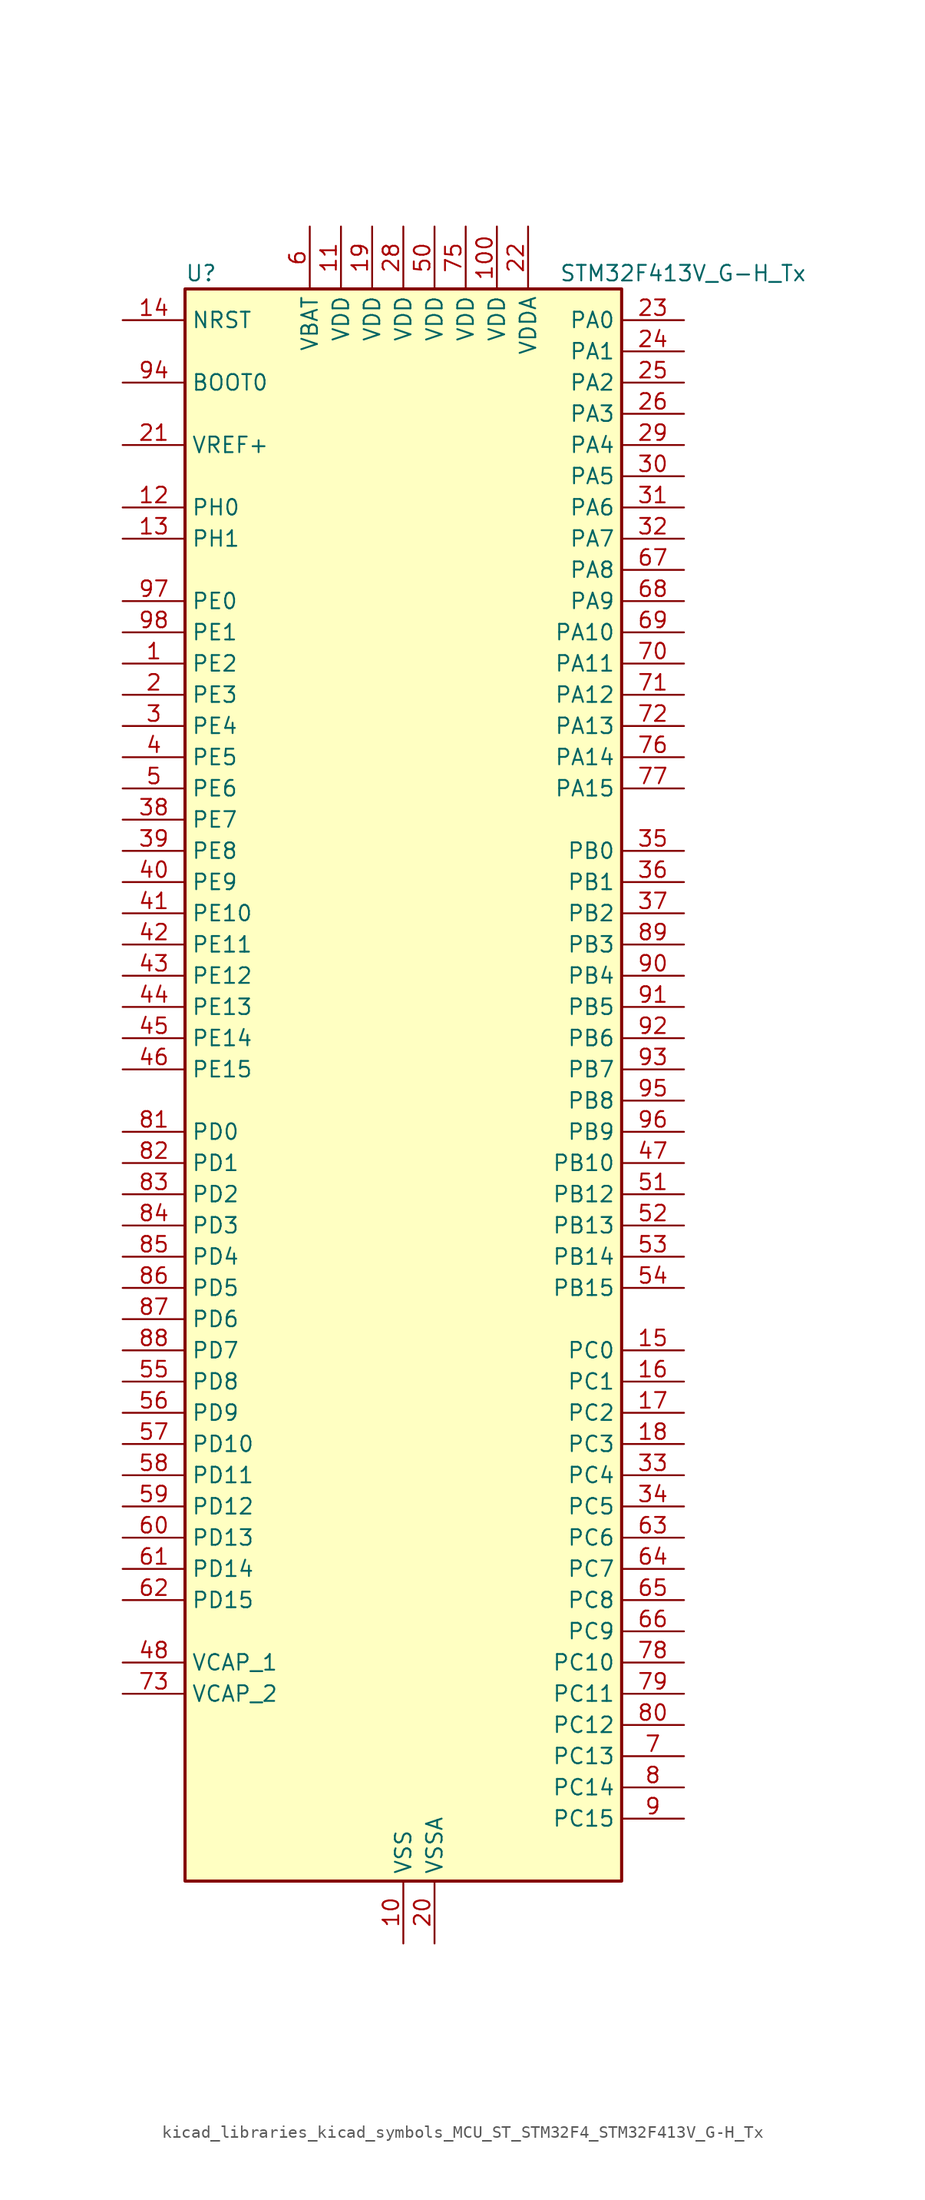
<source format=kicad_sym>
(kicad_symbol_lib
  (version 20220914)
  (generator kicad_symbol_editor)
  (symbol "kicad_libraries_kicad_symbols_MCU_ST_STM32F4_STM32F413V_G-H_Tx"
    (property "Reference" "U"
      (at -17.78 67.31 0)
      (effects (font (size 1.27 1.27)) (justify left)))
    (property "Value" "STM32F413V_G-H_Tx"
      (at 12.7 67.31 0)
      (effects (font (size 1.27 1.27)) (justify left)))
    (property "ki_locked" ""
      (at 0 0 0)
      (effects (font (size 1.27 1.27))))
    (symbol "kicad_libraries_kicad_symbols_MCU_ST_STM32F4_STM32F413V_G-H_Tx_0_1"
      (rectangle (start -17.78 -63.5) (end 17.78 66.04) (stroke (width 0.254) (type default)) (fill (type background))))
    (symbol "kicad_libraries_kicad_symbols_MCU_ST_STM32F4_STM32F413V_G-H_Tx_1_1"
      (pin bidirectional line (at -22.86 35.56 0) (length 5.08) (name "PE2" (effects (font (size 1.27 1.27)))) (number "1" (effects (font (size 1.27 1.27)))) (alternate "FSMC_A23" bidirectional line) (alternate "I2S4_CK" bidirectional line) (alternate "I2S5_CK" bidirectional line) (alternate "QUADSPI_BK1_IO2" bidirectional line) (alternate "SAI1_MCLK_A" bidirectional line) (alternate "SPI4_SCK" bidirectional line) (alternate "SPI5_SCK" bidirectional line) (alternate "SYS_TRACECLK" bidirectional line) (alternate "UART10_RX" bidirectional line))
      (pin power_in line (at 0 -68.58 90) (length 5.08) (name "VSS" (effects (font (size 1.27 1.27)))) (number "10" (effects (font (size 1.27 1.27)))))
      (pin power_in line (at 7.62 71.12 270) (length 5.08) (name "VDD" (effects (font (size 1.27 1.27)))) (number "100" (effects (font (size 1.27 1.27)))))
      (pin power_in line (at -5.08 71.12 270) (length 5.08) (name "VDD" (effects (font (size 1.27 1.27)))) (number "11" (effects (font (size 1.27 1.27)))))
      (pin bidirectional line (at -22.86 48.26 0) (length 5.08) (name "PH0" (effects (font (size 1.27 1.27)))) (number "12" (effects (font (size 1.27 1.27)))) (alternate "RCC_OSC_IN" bidirectional line))
      (pin bidirectional line (at -22.86 45.72 0) (length 5.08) (name "PH1" (effects (font (size 1.27 1.27)))) (number "13" (effects (font (size 1.27 1.27)))) (alternate "RCC_OSC_OUT" bidirectional line))
      (pin input line (at -22.86 63.5 0) (length 5.08) (name "NRST" (effects (font (size 1.27 1.27)))) (number "14" (effects (font (size 1.27 1.27)))))
      (pin bidirectional line (at 22.86 -20.32 180) (length 5.08) (name "PC0" (effects (font (size 1.27 1.27)))) (number "15" (effects (font (size 1.27 1.27)))) (alternate "ADC1_IN10" bidirectional line) (alternate "DFSDM2_CKIN4" bidirectional line) (alternate "LPTIM1_IN1" bidirectional line) (alternate "SAI1_MCLK_B" bidirectional line) (alternate "SYS_WKUP2" bidirectional line))
      (pin bidirectional line (at 22.86 -22.86 180) (length 5.08) (name "PC1" (effects (font (size 1.27 1.27)))) (number "16" (effects (font (size 1.27 1.27)))) (alternate "ADC1_IN11" bidirectional line) (alternate "DFSDM2_DATIN4" bidirectional line) (alternate "LPTIM1_OUT" bidirectional line) (alternate "SAI1_SD_B" bidirectional line) (alternate "SYS_WKUP3" bidirectional line))
      (pin bidirectional line (at 22.86 -25.4 180) (length 5.08) (name "PC2" (effects (font (size 1.27 1.27)))) (number "17" (effects (font (size 1.27 1.27)))) (alternate "ADC1_IN12" bidirectional line) (alternate "DFSDM1_CKOUT" bidirectional line) (alternate "DFSDM2_DATIN7" bidirectional line) (alternate "FSMC_NWE" bidirectional line) (alternate "I2S2_ext_SD" bidirectional line) (alternate "LPTIM1_IN2" bidirectional line) (alternate "SAI1_SCK_B" bidirectional line) (alternate "SPI2_MISO" bidirectional line))
      (pin bidirectional line (at 22.86 -27.94 180) (length 5.08) (name "PC3" (effects (font (size 1.27 1.27)))) (number "18" (effects (font (size 1.27 1.27)))) (alternate "ADC1_IN13" bidirectional line) (alternate "DFSDM2_CKIN7" bidirectional line) (alternate "FSMC_A0" bidirectional line) (alternate "I2S2_SD" bidirectional line) (alternate "LPTIM1_ETR" bidirectional line) (alternate "SAI1_FS_B" bidirectional line) (alternate "SPI2_MOSI" bidirectional line))
      (pin power_in line (at -2.54 71.12 270) (length 5.08) (name "VDD" (effects (font (size 1.27 1.27)))) (number "19" (effects (font (size 1.27 1.27)))))
      (pin bidirectional line (at -22.86 33.02 0) (length 5.08) (name "PE3" (effects (font (size 1.27 1.27)))) (number "2" (effects (font (size 1.27 1.27)))) (alternate "FSMC_A19" bidirectional line) (alternate "SAI1_SD_B" bidirectional line) (alternate "SYS_TRACED0" bidirectional line) (alternate "UART10_TX" bidirectional line))
      (pin power_in line (at 2.54 -68.58 90) (length 5.08) (name "VSSA" (effects (font (size 1.27 1.27)))) (number "20" (effects (font (size 1.27 1.27)))))
      (pin input line (at -22.86 53.34 0) (length 5.08) (name "VREF+" (effects (font (size 1.27 1.27)))) (number "21" (effects (font (size 1.27 1.27)))))
      (pin power_in line (at 10.16 71.12 270) (length 5.08) (name "VDDA" (effects (font (size 1.27 1.27)))) (number "22" (effects (font (size 1.27 1.27)))))
      (pin bidirectional line (at 22.86 63.5 180) (length 5.08) (name "PA0" (effects (font (size 1.27 1.27)))) (number "23" (effects (font (size 1.27 1.27)))) (alternate "ADC1_IN0" bidirectional line) (alternate "SYS_WKUP1" bidirectional line) (alternate "TIM2_CH1" bidirectional line) (alternate "TIM2_ETR" bidirectional line) (alternate "TIM5_CH1" bidirectional line) (alternate "TIM8_ETR" bidirectional line) (alternate "UART4_TX" bidirectional line) (alternate "USART2_CTS" bidirectional line))
      (pin bidirectional line (at 22.86 60.96 180) (length 5.08) (name "PA1" (effects (font (size 1.27 1.27)))) (number "24" (effects (font (size 1.27 1.27)))) (alternate "ADC1_IN1" bidirectional line) (alternate "I2S4_SD" bidirectional line) (alternate "QUADSPI_BK1_IO3" bidirectional line) (alternate "SPI4_MOSI" bidirectional line) (alternate "TIM2_CH2" bidirectional line) (alternate "TIM5_CH2" bidirectional line) (alternate "UART4_RX" bidirectional line) (alternate "USART2_RTS" bidirectional line))
      (pin bidirectional line (at 22.86 58.42 180) (length 5.08) (name "PA2" (effects (font (size 1.27 1.27)))) (number "25" (effects (font (size 1.27 1.27)))) (alternate "ADC1_IN2" bidirectional line) (alternate "FSMC_D4" bidirectional line) (alternate "FSMC_DA4" bidirectional line) (alternate "I2S_CKIN" bidirectional line) (alternate "TIM2_CH3" bidirectional line) (alternate "TIM5_CH3" bidirectional line) (alternate "TIM9_CH1" bidirectional line) (alternate "USART2_TX" bidirectional line))
      (pin bidirectional line (at 22.86 55.88 180) (length 5.08) (name "PA3" (effects (font (size 1.27 1.27)))) (number "26" (effects (font (size 1.27 1.27)))) (alternate "ADC1_IN3" bidirectional line) (alternate "FSMC_D5" bidirectional line) (alternate "FSMC_DA5" bidirectional line) (alternate "I2S2_MCK" bidirectional line) (alternate "SAI1_SD_B" bidirectional line) (alternate "TIM2_CH4" bidirectional line) (alternate "TIM5_CH4" bidirectional line) (alternate "TIM9_CH2" bidirectional line) (alternate "USART2_RX" bidirectional line))
      (pin passive line (at 0 -68.58 90) (length 5.08) hide (name "VSS" (effects (font (size 1.27 1.27)))) (number "27" (effects (font (size 1.27 1.27)))))
      (pin power_in line (at 0 71.12 270) (length 5.08) (name "VDD" (effects (font (size 1.27 1.27)))) (number "28" (effects (font (size 1.27 1.27)))))
      (pin bidirectional line (at 22.86 53.34 180) (length 5.08) (name "PA4" (effects (font (size 1.27 1.27)))) (number "29" (effects (font (size 1.27 1.27)))) (alternate "ADC1_IN4" bidirectional line) (alternate "DAC_OUT1" bidirectional line) (alternate "DFSDM1_DATIN1" bidirectional line) (alternate "FSMC_D6" bidirectional line) (alternate "FSMC_DA6" bidirectional line) (alternate "I2S1_WS" bidirectional line) (alternate "I2S3_WS" bidirectional line) (alternate "SPI1_NSS" bidirectional line) (alternate "SPI3_NSS" bidirectional line) (alternate "USART2_CK" bidirectional line))
      (pin bidirectional line (at -22.86 30.48 0) (length 5.08) (name "PE4" (effects (font (size 1.27 1.27)))) (number "3" (effects (font (size 1.27 1.27)))) (alternate "DFSDM1_DATIN3" bidirectional line) (alternate "FSMC_A20" bidirectional line) (alternate "I2S4_WS" bidirectional line) (alternate "I2S5_WS" bidirectional line) (alternate "SAI1_SD_A" bidirectional line) (alternate "SPI4_NSS" bidirectional line) (alternate "SPI5_NSS" bidirectional line) (alternate "SYS_TRACED1" bidirectional line))
      (pin bidirectional line (at 22.86 50.8 180) (length 5.08) (name "PA5" (effects (font (size 1.27 1.27)))) (number "30" (effects (font (size 1.27 1.27)))) (alternate "ADC1_IN5" bidirectional line) (alternate "DAC_OUT2" bidirectional line) (alternate "DFSDM1_CKIN1" bidirectional line) (alternate "FSMC_D7" bidirectional line) (alternate "FSMC_DA7" bidirectional line) (alternate "I2S1_CK" bidirectional line) (alternate "SPI1_SCK" bidirectional line) (alternate "TIM2_CH1" bidirectional line) (alternate "TIM2_ETR" bidirectional line) (alternate "TIM8_CH1N" bidirectional line))
      (pin bidirectional line (at 22.86 48.26 180) (length 5.08) (name "PA6" (effects (font (size 1.27 1.27)))) (number "31" (effects (font (size 1.27 1.27)))) (alternate "ADC1_IN6" bidirectional line) (alternate "DFSDM2_CKIN1" bidirectional line) (alternate "I2S2_MCK" bidirectional line) (alternate "QUADSPI_BK2_IO0" bidirectional line) (alternate "SDIO_CMD" bidirectional line) (alternate "SPI1_MISO" bidirectional line) (alternate "TIM13_CH1" bidirectional line) (alternate "TIM1_BKIN" bidirectional line) (alternate "TIM3_CH1" bidirectional line) (alternate "TIM8_BKIN" bidirectional line))
      (pin bidirectional line (at 22.86 45.72 180) (length 5.08) (name "PA7" (effects (font (size 1.27 1.27)))) (number "32" (effects (font (size 1.27 1.27)))) (alternate "ADC1_IN7" bidirectional line) (alternate "DFSDM2_DATIN1" bidirectional line) (alternate "I2S1_SD" bidirectional line) (alternate "QUADSPI_BK2_IO1" bidirectional line) (alternate "SPI1_MOSI" bidirectional line) (alternate "TIM14_CH1" bidirectional line) (alternate "TIM1_CH1N" bidirectional line) (alternate "TIM3_CH2" bidirectional line) (alternate "TIM8_CH1N" bidirectional line))
      (pin bidirectional line (at 22.86 -30.48 180) (length 5.08) (name "PC4" (effects (font (size 1.27 1.27)))) (number "33" (effects (font (size 1.27 1.27)))) (alternate "ADC1_IN14" bidirectional line) (alternate "DFSDM2_CKIN2" bidirectional line) (alternate "FSMC_NE4" bidirectional line) (alternate "I2S1_MCK" bidirectional line) (alternate "QUADSPI_BK2_IO2" bidirectional line))
      (pin bidirectional line (at 22.86 -33.02 180) (length 5.08) (name "PC5" (effects (font (size 1.27 1.27)))) (number "34" (effects (font (size 1.27 1.27)))) (alternate "ADC1_IN15" bidirectional line) (alternate "DFSDM2_DATIN2" bidirectional line) (alternate "FMPI2C1_SMBA" bidirectional line) (alternate "FSMC_NOE" bidirectional line) (alternate "QUADSPI_BK2_IO3" bidirectional line) (alternate "USART3_RX" bidirectional line))
      (pin bidirectional line (at 22.86 20.32 180) (length 5.08) (name "PB0" (effects (font (size 1.27 1.27)))) (number "35" (effects (font (size 1.27 1.27)))) (alternate "ADC1_IN8" bidirectional line) (alternate "I2S5_CK" bidirectional line) (alternate "SPI5_SCK" bidirectional line) (alternate "TIM1_CH2N" bidirectional line) (alternate "TIM3_CH3" bidirectional line) (alternate "TIM8_CH2N" bidirectional line))
      (pin bidirectional line (at 22.86 17.78 180) (length 5.08) (name "PB1" (effects (font (size 1.27 1.27)))) (number "36" (effects (font (size 1.27 1.27)))) (alternate "ADC1_IN9" bidirectional line) (alternate "DFSDM1_DATIN0" bidirectional line) (alternate "I2S5_WS" bidirectional line) (alternate "QUADSPI_CLK" bidirectional line) (alternate "SPI5_NSS" bidirectional line) (alternate "TIM1_CH3N" bidirectional line) (alternate "TIM3_CH4" bidirectional line) (alternate "TIM8_CH3N" bidirectional line))
      (pin bidirectional line (at 22.86 15.24 180) (length 5.08) (name "PB2" (effects (font (size 1.27 1.27)))) (number "37" (effects (font (size 1.27 1.27)))) (alternate "DFSDM1_CKIN0" bidirectional line) (alternate "LPTIM1_OUT" bidirectional line) (alternate "QUADSPI_CLK" bidirectional line))
      (pin bidirectional line (at -22.86 22.86 0) (length 5.08) (name "PE7" (effects (font (size 1.27 1.27)))) (number "38" (effects (font (size 1.27 1.27)))) (alternate "DFSDM1_DATIN2" bidirectional line) (alternate "FSMC_D4" bidirectional line) (alternate "FSMC_DA4" bidirectional line) (alternate "QUADSPI_BK2_IO0" bidirectional line) (alternate "TIM1_ETR" bidirectional line) (alternate "UART7_RX" bidirectional line))
      (pin bidirectional line (at -22.86 20.32 0) (length 5.08) (name "PE8" (effects (font (size 1.27 1.27)))) (number "39" (effects (font (size 1.27 1.27)))) (alternate "DFSDM1_CKIN2" bidirectional line) (alternate "FSMC_D5" bidirectional line) (alternate "FSMC_DA5" bidirectional line) (alternate "QUADSPI_BK2_IO1" bidirectional line) (alternate "TIM1_CH1N" bidirectional line) (alternate "UART7_TX" bidirectional line))
      (pin bidirectional line (at -22.86 27.94 0) (length 5.08) (name "PE5" (effects (font (size 1.27 1.27)))) (number "4" (effects (font (size 1.27 1.27)))) (alternate "DFSDM1_CKIN3" bidirectional line) (alternate "FSMC_A21" bidirectional line) (alternate "SAI1_SCK_A" bidirectional line) (alternate "SPI4_MISO" bidirectional line) (alternate "SPI5_MISO" bidirectional line) (alternate "SYS_TRACED2" bidirectional line) (alternate "TIM9_CH1" bidirectional line))
      (pin bidirectional line (at -22.86 17.78 0) (length 5.08) (name "PE9" (effects (font (size 1.27 1.27)))) (number "40" (effects (font (size 1.27 1.27)))) (alternate "DAC_EXTI9" bidirectional line) (alternate "DFSDM1_CKOUT" bidirectional line) (alternate "FSMC_D6" bidirectional line) (alternate "FSMC_DA6" bidirectional line) (alternate "QUADSPI_BK2_IO2" bidirectional line) (alternate "TIM1_CH1" bidirectional line))
      (pin bidirectional line (at -22.86 15.24 0) (length 5.08) (name "PE10" (effects (font (size 1.27 1.27)))) (number "41" (effects (font (size 1.27 1.27)))) (alternate "DFSDM2_DATIN0" bidirectional line) (alternate "FSMC_D7" bidirectional line) (alternate "FSMC_DA7" bidirectional line) (alternate "QUADSPI_BK2_IO3" bidirectional line) (alternate "TIM1_CH2N" bidirectional line))
      (pin bidirectional line (at -22.86 12.7 0) (length 5.08) (name "PE11" (effects (font (size 1.27 1.27)))) (number "42" (effects (font (size 1.27 1.27)))) (alternate "ADC1_EXTI11" bidirectional line) (alternate "DFSDM2_CKIN0" bidirectional line) (alternate "FSMC_D8" bidirectional line) (alternate "FSMC_DA8" bidirectional line) (alternate "I2S4_WS" bidirectional line) (alternate "I2S5_WS" bidirectional line) (alternate "SPI4_NSS" bidirectional line) (alternate "SPI5_NSS" bidirectional line) (alternate "TIM1_CH2" bidirectional line))
      (pin bidirectional line (at -22.86 10.16 0) (length 5.08) (name "PE12" (effects (font (size 1.27 1.27)))) (number "43" (effects (font (size 1.27 1.27)))) (alternate "DFSDM2_DATIN7" bidirectional line) (alternate "FSMC_D9" bidirectional line) (alternate "FSMC_DA9" bidirectional line) (alternate "I2S4_CK" bidirectional line) (alternate "I2S5_CK" bidirectional line) (alternate "SPI4_SCK" bidirectional line) (alternate "SPI5_SCK" bidirectional line) (alternate "TIM1_CH3N" bidirectional line))
      (pin bidirectional line (at -22.86 7.62 0) (length 5.08) (name "PE13" (effects (font (size 1.27 1.27)))) (number "44" (effects (font (size 1.27 1.27)))) (alternate "DFSDM2_CKIN7" bidirectional line) (alternate "FSMC_D10" bidirectional line) (alternate "FSMC_DA10" bidirectional line) (alternate "SPI4_MISO" bidirectional line) (alternate "SPI5_MISO" bidirectional line) (alternate "TIM1_CH3" bidirectional line))
      (pin bidirectional line (at -22.86 5.08 0) (length 5.08) (name "PE14" (effects (font (size 1.27 1.27)))) (number "45" (effects (font (size 1.27 1.27)))) (alternate "DFSDM2_DATIN1" bidirectional line) (alternate "FSMC_D11" bidirectional line) (alternate "FSMC_DA11" bidirectional line) (alternate "I2S4_SD" bidirectional line) (alternate "I2S5_SD" bidirectional line) (alternate "SPI4_MOSI" bidirectional line) (alternate "SPI5_MOSI" bidirectional line) (alternate "TIM1_CH4" bidirectional line))
      (pin bidirectional line (at -22.86 2.54 0) (length 5.08) (name "PE15" (effects (font (size 1.27 1.27)))) (number "46" (effects (font (size 1.27 1.27)))) (alternate "ADC1_EXTI15" bidirectional line) (alternate "DFSDM2_CKIN1" bidirectional line) (alternate "FSMC_D12" bidirectional line) (alternate "FSMC_DA12" bidirectional line) (alternate "TIM1_BKIN" bidirectional line))
      (pin bidirectional line (at 22.86 -5.08 180) (length 5.08) (name "PB10" (effects (font (size 1.27 1.27)))) (number "47" (effects (font (size 1.27 1.27)))) (alternate "DFSDM2_CKOUT" bidirectional line) (alternate "FMPI2C1_SCL" bidirectional line) (alternate "I2C2_SCL" bidirectional line) (alternate "I2S2_CK" bidirectional line) (alternate "I2S3_MCK" bidirectional line) (alternate "SDIO_D7" bidirectional line) (alternate "SPI2_SCK" bidirectional line) (alternate "TIM2_CH3" bidirectional line) (alternate "USART3_TX" bidirectional line))
      (pin power_out line (at -22.86 -45.72 0) (length 5.08) (name "VCAP_1" (effects (font (size 1.27 1.27)))) (number "48" (effects (font (size 1.27 1.27)))))
      (pin passive line (at 0 -68.58 90) (length 5.08) hide (name "VSS" (effects (font (size 1.27 1.27)))) (number "49" (effects (font (size 1.27 1.27)))))
      (pin bidirectional line (at -22.86 25.4 0) (length 5.08) (name "PE6" (effects (font (size 1.27 1.27)))) (number "5" (effects (font (size 1.27 1.27)))) (alternate "FSMC_A22" bidirectional line) (alternate "I2S4_SD" bidirectional line) (alternate "I2S5_SD" bidirectional line) (alternate "SAI1_FS_A" bidirectional line) (alternate "SPI4_MOSI" bidirectional line) (alternate "SPI5_MOSI" bidirectional line) (alternate "SYS_TRACED3" bidirectional line) (alternate "TIM9_CH2" bidirectional line))
      (pin power_in line (at 2.54 71.12 270) (length 5.08) (name "VDD" (effects (font (size 1.27 1.27)))) (number "50" (effects (font (size 1.27 1.27)))))
      (pin bidirectional line (at 22.86 -7.62 180) (length 5.08) (name "PB12" (effects (font (size 1.27 1.27)))) (number "51" (effects (font (size 1.27 1.27)))) (alternate "CAN2_RX" bidirectional line) (alternate "DFSDM1_DATIN1" bidirectional line) (alternate "FSMC_D13" bidirectional line) (alternate "FSMC_DA13" bidirectional line) (alternate "I2C2_SMBA" bidirectional line) (alternate "I2S2_WS" bidirectional line) (alternate "I2S3_CK" bidirectional line) (alternate "I2S4_WS" bidirectional line) (alternate "SPI2_NSS" bidirectional line) (alternate "SPI3_SCK" bidirectional line) (alternate "SPI4_NSS" bidirectional line) (alternate "TIM1_BKIN" bidirectional line) (alternate "UART5_RX" bidirectional line) (alternate "USART3_CK" bidirectional line))
      (pin bidirectional line (at 22.86 -10.16 180) (length 5.08) (name "PB13" (effects (font (size 1.27 1.27)))) (number "52" (effects (font (size 1.27 1.27)))) (alternate "CAN2_TX" bidirectional line) (alternate "DFSDM1_CKIN1" bidirectional line) (alternate "FMPI2C1_SMBA" bidirectional line) (alternate "I2S2_CK" bidirectional line) (alternate "I2S4_CK" bidirectional line) (alternate "SPI2_SCK" bidirectional line) (alternate "SPI4_SCK" bidirectional line) (alternate "TIM1_CH1N" bidirectional line) (alternate "UART5_TX" bidirectional line) (alternate "USART3_CTS" bidirectional line))
      (pin bidirectional line (at 22.86 -12.7 180) (length 5.08) (name "PB14" (effects (font (size 1.27 1.27)))) (number "53" (effects (font (size 1.27 1.27)))) (alternate "DFSDM1_DATIN2" bidirectional line) (alternate "FMPI2C1_SDA" bidirectional line) (alternate "FSMC_D0" bidirectional line) (alternate "FSMC_DA0" bidirectional line) (alternate "I2S2_ext_SD" bidirectional line) (alternate "SDIO_D6" bidirectional line) (alternate "SPI2_MISO" bidirectional line) (alternate "TIM12_CH1" bidirectional line) (alternate "TIM1_CH2N" bidirectional line) (alternate "TIM8_CH2N" bidirectional line) (alternate "USART3_RTS" bidirectional line))
      (pin bidirectional line (at 22.86 -15.24 180) (length 5.08) (name "PB15" (effects (font (size 1.27 1.27)))) (number "54" (effects (font (size 1.27 1.27)))) (alternate "ADC1_EXTI15" bidirectional line) (alternate "DFSDM1_CKIN2" bidirectional line) (alternate "FMPI2C1_SCL" bidirectional line) (alternate "I2S2_SD" bidirectional line) (alternate "RTC_REFIN" bidirectional line) (alternate "SDIO_CK" bidirectional line) (alternate "SPI2_MOSI" bidirectional line) (alternate "TIM12_CH2" bidirectional line) (alternate "TIM1_CH3N" bidirectional line) (alternate "TIM8_CH3N" bidirectional line))
      (pin bidirectional line (at -22.86 -22.86 0) (length 5.08) (name "PD8" (effects (font (size 1.27 1.27)))) (number "55" (effects (font (size 1.27 1.27)))) (alternate "FSMC_D13" bidirectional line) (alternate "FSMC_DA13" bidirectional line) (alternate "USART3_TX" bidirectional line))
      (pin bidirectional line (at -22.86 -25.4 0) (length 5.08) (name "PD9" (effects (font (size 1.27 1.27)))) (number "56" (effects (font (size 1.27 1.27)))) (alternate "DAC_EXTI9" bidirectional line) (alternate "FSMC_D14" bidirectional line) (alternate "FSMC_DA14" bidirectional line) (alternate "USART3_RX" bidirectional line))
      (pin bidirectional line (at -22.86 -27.94 0) (length 5.08) (name "PD10" (effects (font (size 1.27 1.27)))) (number "57" (effects (font (size 1.27 1.27)))) (alternate "FSMC_D15" bidirectional line) (alternate "FSMC_DA15" bidirectional line) (alternate "UART4_TX" bidirectional line) (alternate "USART3_CK" bidirectional line))
      (pin bidirectional line (at -22.86 -30.48 0) (length 5.08) (name "PD11" (effects (font (size 1.27 1.27)))) (number "58" (effects (font (size 1.27 1.27)))) (alternate "ADC1_EXTI11" bidirectional line) (alternate "DFSDM2_DATIN2" bidirectional line) (alternate "FMPI2C1_SMBA" bidirectional line) (alternate "FSMC_A16" bidirectional line) (alternate "QUADSPI_BK1_IO0" bidirectional line) (alternate "USART3_CTS" bidirectional line))
      (pin bidirectional line (at -22.86 -33.02 0) (length 5.08) (name "PD12" (effects (font (size 1.27 1.27)))) (number "59" (effects (font (size 1.27 1.27)))) (alternate "DFSDM2_CKIN2" bidirectional line) (alternate "FMPI2C1_SCL" bidirectional line) (alternate "FSMC_A17" bidirectional line) (alternate "QUADSPI_BK1_IO1" bidirectional line) (alternate "TIM4_CH1" bidirectional line) (alternate "USART3_RTS" bidirectional line))
      (pin power_in line (at -7.62 71.12 270) (length 5.08) (name "VBAT" (effects (font (size 1.27 1.27)))) (number "6" (effects (font (size 1.27 1.27)))))
      (pin bidirectional line (at -22.86 -35.56 0) (length 5.08) (name "PD13" (effects (font (size 1.27 1.27)))) (number "60" (effects (font (size 1.27 1.27)))) (alternate "FMPI2C1_SDA" bidirectional line) (alternate "FSMC_A18" bidirectional line) (alternate "QUADSPI_BK1_IO3" bidirectional line) (alternate "TIM4_CH2" bidirectional line))
      (pin bidirectional line (at -22.86 -38.1 0) (length 5.08) (name "PD14" (effects (font (size 1.27 1.27)))) (number "61" (effects (font (size 1.27 1.27)))) (alternate "DFSDM2_CKIN0" bidirectional line) (alternate "FMPI2C1_SCL" bidirectional line) (alternate "FSMC_D0" bidirectional line) (alternate "FSMC_DA0" bidirectional line) (alternate "TIM4_CH3" bidirectional line) (alternate "UART9_RX" bidirectional line))
      (pin bidirectional line (at -22.86 -40.64 0) (length 5.08) (name "PD15" (effects (font (size 1.27 1.27)))) (number "62" (effects (font (size 1.27 1.27)))) (alternate "ADC1_EXTI15" bidirectional line) (alternate "DFSDM2_DATIN0" bidirectional line) (alternate "FMPI2C1_SDA" bidirectional line) (alternate "FSMC_D1" bidirectional line) (alternate "FSMC_DA1" bidirectional line) (alternate "TIM4_CH4" bidirectional line) (alternate "UART9_TX" bidirectional line))
      (pin bidirectional line (at 22.86 -35.56 180) (length 5.08) (name "PC6" (effects (font (size 1.27 1.27)))) (number "63" (effects (font (size 1.27 1.27)))) (alternate "DFSDM1_CKIN3" bidirectional line) (alternate "DFSDM2_DATIN6" bidirectional line) (alternate "FMPI2C1_SCL" bidirectional line) (alternate "FSMC_D1" bidirectional line) (alternate "FSMC_DA1" bidirectional line) (alternate "I2S2_MCK" bidirectional line) (alternate "SDIO_D6" bidirectional line) (alternate "TIM3_CH1" bidirectional line) (alternate "TIM8_CH1" bidirectional line) (alternate "USART6_TX" bidirectional line))
      (pin bidirectional line (at 22.86 -38.1 180) (length 5.08) (name "PC7" (effects (font (size 1.27 1.27)))) (number "64" (effects (font (size 1.27 1.27)))) (alternate "DFSDM1_DATIN3" bidirectional line) (alternate "DFSDM2_CKIN6" bidirectional line) (alternate "FMPI2C1_SDA" bidirectional line) (alternate "I2S2_CK" bidirectional line) (alternate "I2S3_MCK" bidirectional line) (alternate "SDIO_D7" bidirectional line) (alternate "SPI2_SCK" bidirectional line) (alternate "TIM3_CH2" bidirectional line) (alternate "TIM8_CH2" bidirectional line) (alternate "USART6_RX" bidirectional line))
      (pin bidirectional line (at 22.86 -40.64 180) (length 5.08) (name "PC8" (effects (font (size 1.27 1.27)))) (number "65" (effects (font (size 1.27 1.27)))) (alternate "DFSDM2_CKIN3" bidirectional line) (alternate "QUADSPI_BK1_IO2" bidirectional line) (alternate "SDIO_D0" bidirectional line) (alternate "TIM3_CH3" bidirectional line) (alternate "TIM8_CH3" bidirectional line) (alternate "USART6_CK" bidirectional line))
      (pin bidirectional line (at 22.86 -43.18 180) (length 5.08) (name "PC9" (effects (font (size 1.27 1.27)))) (number "66" (effects (font (size 1.27 1.27)))) (alternate "DAC_EXTI9" bidirectional line) (alternate "DFSDM2_DATIN3" bidirectional line) (alternate "I2C3_SDA" bidirectional line) (alternate "I2S_CKIN" bidirectional line) (alternate "QUADSPI_BK1_IO0" bidirectional line) (alternate "RCC_MCO_2" bidirectional line) (alternate "SDIO_D1" bidirectional line) (alternate "TIM3_CH4" bidirectional line) (alternate "TIM8_CH4" bidirectional line))
      (pin bidirectional line (at 22.86 43.18 180) (length 5.08) (name "PA8" (effects (font (size 1.27 1.27)))) (number "67" (effects (font (size 1.27 1.27)))) (alternate "CAN3_RX" bidirectional line) (alternate "DFSDM1_CKOUT" bidirectional line) (alternate "I2C3_SCL" bidirectional line) (alternate "RCC_MCO_1" bidirectional line) (alternate "SDIO_D1" bidirectional line) (alternate "TIM1_CH1" bidirectional line) (alternate "UART7_RX" bidirectional line) (alternate "USART1_CK" bidirectional line) (alternate "USB_OTG_FS_SOF" bidirectional line))
      (pin bidirectional line (at 22.86 40.64 180) (length 5.08) (name "PA9" (effects (font (size 1.27 1.27)))) (number "68" (effects (font (size 1.27 1.27)))) (alternate "DAC_EXTI9" bidirectional line) (alternate "DFSDM2_CKIN3" bidirectional line) (alternate "I2C3_SMBA" bidirectional line) (alternate "I2S2_CK" bidirectional line) (alternate "SDIO_D2" bidirectional line) (alternate "SPI2_SCK" bidirectional line) (alternate "TIM1_CH2" bidirectional line) (alternate "USART1_TX" bidirectional line) (alternate "USB_OTG_FS_VBUS" bidirectional line))
      (pin bidirectional line (at 22.86 38.1 180) (length 5.08) (name "PA10" (effects (font (size 1.27 1.27)))) (number "69" (effects (font (size 1.27 1.27)))) (alternate "DFSDM2_DATIN3" bidirectional line) (alternate "I2S2_SD" bidirectional line) (alternate "I2S5_SD" bidirectional line) (alternate "SPI2_MOSI" bidirectional line) (alternate "SPI5_MOSI" bidirectional line) (alternate "TIM1_CH3" bidirectional line) (alternate "USART1_RX" bidirectional line) (alternate "USB_OTG_FS_ID" bidirectional line))
      (pin bidirectional line (at 22.86 -53.34 180) (length 5.08) (name "PC13" (effects (font (size 1.27 1.27)))) (number "7" (effects (font (size 1.27 1.27)))) (alternate "RTC_AF1" bidirectional line))
      (pin bidirectional line (at 22.86 35.56 180) (length 5.08) (name "PA11" (effects (font (size 1.27 1.27)))) (number "70" (effects (font (size 1.27 1.27)))) (alternate "ADC1_EXTI11" bidirectional line) (alternate "CAN1_RX" bidirectional line) (alternate "DFSDM2_CKIN5" bidirectional line) (alternate "I2S2_WS" bidirectional line) (alternate "SPI2_NSS" bidirectional line) (alternate "SPI4_MISO" bidirectional line) (alternate "TIM1_CH4" bidirectional line) (alternate "UART4_RX" bidirectional line) (alternate "USART1_CTS" bidirectional line) (alternate "USART6_TX" bidirectional line) (alternate "USB_OTG_FS_DM" bidirectional line))
      (pin bidirectional line (at 22.86 33.02 180) (length 5.08) (name "PA12" (effects (font (size 1.27 1.27)))) (number "71" (effects (font (size 1.27 1.27)))) (alternate "CAN1_TX" bidirectional line) (alternate "DFSDM2_DATIN5" bidirectional line) (alternate "SPI2_MISO" bidirectional line) (alternate "SPI5_MISO" bidirectional line) (alternate "TIM1_ETR" bidirectional line) (alternate "UART4_TX" bidirectional line) (alternate "USART1_RTS" bidirectional line) (alternate "USART6_RX" bidirectional line) (alternate "USB_OTG_FS_DP" bidirectional line))
      (pin bidirectional line (at 22.86 30.48 180) (length 5.08) (name "PA13" (effects (font (size 1.27 1.27)))) (number "72" (effects (font (size 1.27 1.27)))) (alternate "SYS_JTMS-SWDIO" bidirectional line))
      (pin power_out line (at -22.86 -48.26 0) (length 5.08) (name "VCAP_2" (effects (font (size 1.27 1.27)))) (number "73" (effects (font (size 1.27 1.27)))))
      (pin passive line (at 0 -68.58 90) (length 5.08) hide (name "VSS" (effects (font (size 1.27 1.27)))) (number "74" (effects (font (size 1.27 1.27)))))
      (pin power_in line (at 5.08 71.12 270) (length 5.08) (name "VDD" (effects (font (size 1.27 1.27)))) (number "75" (effects (font (size 1.27 1.27)))))
      (pin bidirectional line (at 22.86 27.94 180) (length 5.08) (name "PA14" (effects (font (size 1.27 1.27)))) (number "76" (effects (font (size 1.27 1.27)))) (alternate "SYS_JTCK-SWCLK" bidirectional line))
      (pin bidirectional line (at 22.86 25.4 180) (length 5.08) (name "PA15" (effects (font (size 1.27 1.27)))) (number "77" (effects (font (size 1.27 1.27)))) (alternate "ADC1_EXTI15" bidirectional line) (alternate "CAN3_TX" bidirectional line) (alternate "I2S1_WS" bidirectional line) (alternate "I2S3_WS" bidirectional line) (alternate "SAI1_MCLK_A" bidirectional line) (alternate "SPI1_NSS" bidirectional line) (alternate "SPI3_NSS" bidirectional line) (alternate "SYS_JTDI" bidirectional line) (alternate "TIM2_CH1" bidirectional line) (alternate "TIM2_ETR" bidirectional line) (alternate "UART7_TX" bidirectional line) (alternate "USART1_TX" bidirectional line))
      (pin bidirectional line (at 22.86 -45.72 180) (length 5.08) (name "PC10" (effects (font (size 1.27 1.27)))) (number "78" (effects (font (size 1.27 1.27)))) (alternate "DFSDM2_CKIN5" bidirectional line) (alternate "I2S3_CK" bidirectional line) (alternate "QUADSPI_BK1_IO1" bidirectional line) (alternate "SDIO_D2" bidirectional line) (alternate "SPI3_SCK" bidirectional line) (alternate "USART3_TX" bidirectional line))
      (pin bidirectional line (at 22.86 -48.26 180) (length 5.08) (name "PC11" (effects (font (size 1.27 1.27)))) (number "79" (effects (font (size 1.27 1.27)))) (alternate "ADC1_EXTI11" bidirectional line) (alternate "DFSDM2_DATIN5" bidirectional line) (alternate "FSMC_D2" bidirectional line) (alternate "FSMC_DA2" bidirectional line) (alternate "I2S3_ext_SD" bidirectional line) (alternate "QUADSPI_BK2_NCS" bidirectional line) (alternate "SDIO_D3" bidirectional line) (alternate "SPI3_MISO" bidirectional line) (alternate "UART4_RX" bidirectional line) (alternate "USART3_RX" bidirectional line))
      (pin bidirectional line (at 22.86 -55.88 180) (length 5.08) (name "PC14" (effects (font (size 1.27 1.27)))) (number "8" (effects (font (size 1.27 1.27)))) (alternate "RCC_OSC32_IN" bidirectional line))
      (pin bidirectional line (at 22.86 -50.8 180) (length 5.08) (name "PC12" (effects (font (size 1.27 1.27)))) (number "80" (effects (font (size 1.27 1.27)))) (alternate "FSMC_D3" bidirectional line) (alternate "FSMC_DA3" bidirectional line) (alternate "I2S3_SD" bidirectional line) (alternate "SDIO_CK" bidirectional line) (alternate "SPI3_MOSI" bidirectional line) (alternate "UART5_TX" bidirectional line) (alternate "USART3_CK" bidirectional line))
      (pin bidirectional line (at -22.86 -2.54 0) (length 5.08) (name "PD0" (effects (font (size 1.27 1.27)))) (number "81" (effects (font (size 1.27 1.27)))) (alternate "CAN1_RX" bidirectional line) (alternate "DFSDM2_CKIN6" bidirectional line) (alternate "FSMC_D2" bidirectional line) (alternate "FSMC_DA2" bidirectional line) (alternate "UART4_RX" bidirectional line))
      (pin bidirectional line (at -22.86 -5.08 0) (length 5.08) (name "PD1" (effects (font (size 1.27 1.27)))) (number "82" (effects (font (size 1.27 1.27)))) (alternate "CAN1_TX" bidirectional line) (alternate "DFSDM2_DATIN6" bidirectional line) (alternate "FSMC_D3" bidirectional line) (alternate "FSMC_DA3" bidirectional line) (alternate "UART4_TX" bidirectional line))
      (pin bidirectional line (at -22.86 -7.62 0) (length 5.08) (name "PD2" (effects (font (size 1.27 1.27)))) (number "83" (effects (font (size 1.27 1.27)))) (alternate "DFSDM2_CKOUT" bidirectional line) (alternate "FSMC_NWE" bidirectional line) (alternate "SDIO_CMD" bidirectional line) (alternate "TIM3_ETR" bidirectional line) (alternate "UART5_RX" bidirectional line))
      (pin bidirectional line (at -22.86 -10.16 0) (length 5.08) (name "PD3" (effects (font (size 1.27 1.27)))) (number "84" (effects (font (size 1.27 1.27)))) (alternate "DFSDM1_DATIN0" bidirectional line) (alternate "FSMC_CLK" bidirectional line) (alternate "I2S2_CK" bidirectional line) (alternate "QUADSPI_CLK" bidirectional line) (alternate "SPI2_SCK" bidirectional line) (alternate "SYS_TRACED1" bidirectional line) (alternate "USART2_CTS" bidirectional line))
      (pin bidirectional line (at -22.86 -12.7 0) (length 5.08) (name "PD4" (effects (font (size 1.27 1.27)))) (number "85" (effects (font (size 1.27 1.27)))) (alternate "DFSDM1_CKIN0" bidirectional line) (alternate "FSMC_NOE" bidirectional line) (alternate "USART2_RTS" bidirectional line))
      (pin bidirectional line (at -22.86 -15.24 0) (length 5.08) (name "PD5" (effects (font (size 1.27 1.27)))) (number "86" (effects (font (size 1.27 1.27)))) (alternate "DFSDM2_CKOUT" bidirectional line) (alternate "FSMC_NWE" bidirectional line) (alternate "USART2_TX" bidirectional line))
      (pin bidirectional line (at -22.86 -17.78 0) (length 5.08) (name "PD6" (effects (font (size 1.27 1.27)))) (number "87" (effects (font (size 1.27 1.27)))) (alternate "DFSDM1_DATIN1" bidirectional line) (alternate "FSMC_NWAIT" bidirectional line) (alternate "I2S3_SD" bidirectional line) (alternate "SPI3_MOSI" bidirectional line) (alternate "USART2_RX" bidirectional line))
      (pin bidirectional line (at -22.86 -20.32 0) (length 5.08) (name "PD7" (effects (font (size 1.27 1.27)))) (number "88" (effects (font (size 1.27 1.27)))) (alternate "DFSDM1_CKIN1" bidirectional line) (alternate "FSMC_NE1" bidirectional line) (alternate "USART2_CK" bidirectional line))
      (pin bidirectional line (at 22.86 12.7 180) (length 5.08) (name "PB3" (effects (font (size 1.27 1.27)))) (number "89" (effects (font (size 1.27 1.27)))) (alternate "CAN3_RX" bidirectional line) (alternate "FMPI2C1_SDA" bidirectional line) (alternate "I2C2_SDA" bidirectional line) (alternate "I2S1_CK" bidirectional line) (alternate "I2S3_CK" bidirectional line) (alternate "SAI1_SD_A" bidirectional line) (alternate "SPI1_SCK" bidirectional line) (alternate "SPI3_SCK" bidirectional line) (alternate "SYS_JTDO-SWO" bidirectional line) (alternate "TIM2_CH2" bidirectional line) (alternate "UART7_RX" bidirectional line) (alternate "USART1_RX" bidirectional line))
      (pin bidirectional line (at 22.86 -58.42 180) (length 5.08) (name "PC15" (effects (font (size 1.27 1.27)))) (number "9" (effects (font (size 1.27 1.27)))) (alternate "ADC1_EXTI15" bidirectional line) (alternate "RCC_OSC32_OUT" bidirectional line))
      (pin bidirectional line (at 22.86 10.16 180) (length 5.08) (name "PB4" (effects (font (size 1.27 1.27)))) (number "90" (effects (font (size 1.27 1.27)))) (alternate "CAN3_TX" bidirectional line) (alternate "I2C3_SDA" bidirectional line) (alternate "I2S3_ext_SD" bidirectional line) (alternate "SAI1_SCK_A" bidirectional line) (alternate "SDIO_D0" bidirectional line) (alternate "SPI1_MISO" bidirectional line) (alternate "SPI3_MISO" bidirectional line) (alternate "SYS_JTRST" bidirectional line) (alternate "TIM3_CH1" bidirectional line) (alternate "UART7_TX" bidirectional line))
      (pin bidirectional line (at 22.86 7.62 180) (length 5.08) (name "PB5" (effects (font (size 1.27 1.27)))) (number "91" (effects (font (size 1.27 1.27)))) (alternate "CAN2_RX" bidirectional line) (alternate "I2C1_SMBA" bidirectional line) (alternate "I2S1_SD" bidirectional line) (alternate "I2S3_SD" bidirectional line) (alternate "LPTIM1_IN1" bidirectional line) (alternate "SAI1_FS_A" bidirectional line) (alternate "SDIO_D3" bidirectional line) (alternate "SPI1_MOSI" bidirectional line) (alternate "SPI3_MOSI" bidirectional line) (alternate "TIM3_CH2" bidirectional line) (alternate "UART5_RX" bidirectional line))
      (pin bidirectional line (at 22.86 5.08 180) (length 5.08) (name "PB6" (effects (font (size 1.27 1.27)))) (number "92" (effects (font (size 1.27 1.27)))) (alternate "CAN2_TX" bidirectional line) (alternate "DFSDM2_CKIN7" bidirectional line) (alternate "I2C1_SCL" bidirectional line) (alternate "LPTIM1_ETR" bidirectional line) (alternate "QUADSPI_BK1_NCS" bidirectional line) (alternate "SDIO_D0" bidirectional line) (alternate "TIM4_CH1" bidirectional line) (alternate "UART5_TX" bidirectional line) (alternate "USART1_TX" bidirectional line))
      (pin bidirectional line (at 22.86 2.54 180) (length 5.08) (name "PB7" (effects (font (size 1.27 1.27)))) (number "93" (effects (font (size 1.27 1.27)))) (alternate "DFSDM2_DATIN7" bidirectional line) (alternate "FSMC_NL" bidirectional line) (alternate "I2C1_SDA" bidirectional line) (alternate "LPTIM1_IN2" bidirectional line) (alternate "TIM4_CH2" bidirectional line) (alternate "USART1_RX" bidirectional line))
      (pin input line (at -22.86 58.42 0) (length 5.08) (name "BOOT0" (effects (font (size 1.27 1.27)))) (number "94" (effects (font (size 1.27 1.27)))))
      (pin bidirectional line (at 22.86 0 180) (length 5.08) (name "PB8" (effects (font (size 1.27 1.27)))) (number "95" (effects (font (size 1.27 1.27)))) (alternate "CAN1_RX" bidirectional line) (alternate "DFSDM2_CKIN1" bidirectional line) (alternate "I2C1_SCL" bidirectional line) (alternate "I2C3_SDA" bidirectional line) (alternate "I2S5_SD" bidirectional line) (alternate "LPTIM1_OUT" bidirectional line) (alternate "SDIO_D4" bidirectional line) (alternate "SPI5_MOSI" bidirectional line) (alternate "TIM10_CH1" bidirectional line) (alternate "TIM4_CH3" bidirectional line) (alternate "UART5_RX" bidirectional line))
      (pin bidirectional line (at 22.86 -2.54 180) (length 5.08) (name "PB9" (effects (font (size 1.27 1.27)))) (number "96" (effects (font (size 1.27 1.27)))) (alternate "CAN1_TX" bidirectional line) (alternate "DAC_EXTI9" bidirectional line) (alternate "DFSDM2_DATIN1" bidirectional line) (alternate "I2C1_SDA" bidirectional line) (alternate "I2C2_SDA" bidirectional line) (alternate "I2S2_WS" bidirectional line) (alternate "SDIO_D5" bidirectional line) (alternate "SPI2_NSS" bidirectional line) (alternate "TIM11_CH1" bidirectional line) (alternate "TIM4_CH4" bidirectional line) (alternate "UART5_TX" bidirectional line))
      (pin bidirectional line (at -22.86 40.64 0) (length 5.08) (name "PE0" (effects (font (size 1.27 1.27)))) (number "97" (effects (font (size 1.27 1.27)))) (alternate "DFSDM2_CKIN4" bidirectional line) (alternate "FSMC_NBL0" bidirectional line) (alternate "TIM4_ETR" bidirectional line) (alternate "UART8_RX" bidirectional line))
      (pin bidirectional line (at -22.86 38.1 0) (length 5.08) (name "PE1" (effects (font (size 1.27 1.27)))) (number "98" (effects (font (size 1.27 1.27)))) (alternate "DFSDM2_DATIN4" bidirectional line) (alternate "FSMC_NBL1" bidirectional line) (alternate "UART8_TX" bidirectional line))
      (pin passive line (at 0 -68.58 90) (length 5.08) hide (name "VSS" (effects (font (size 1.27 1.27)))) (number "99" (effects (font (size 1.27 1.27))))))))
</source>
